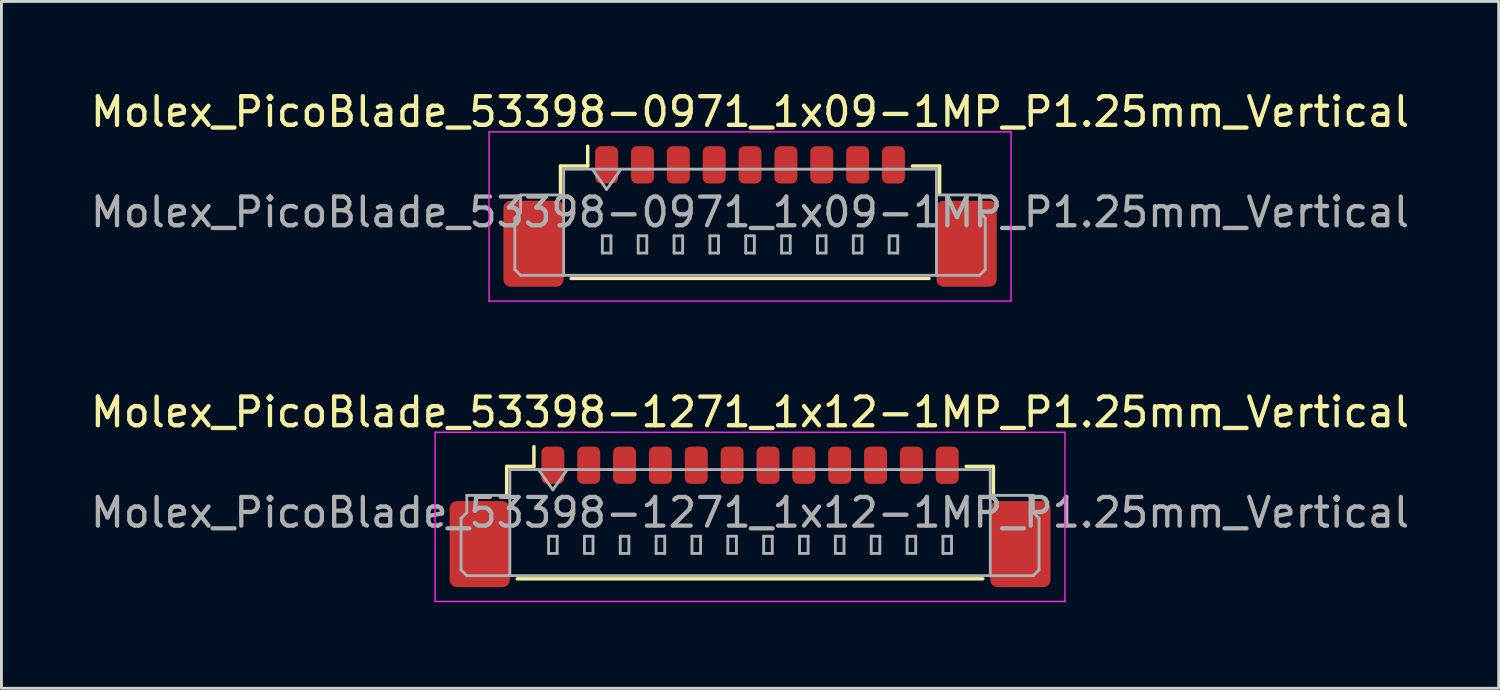
<source format=kicad_pcb>
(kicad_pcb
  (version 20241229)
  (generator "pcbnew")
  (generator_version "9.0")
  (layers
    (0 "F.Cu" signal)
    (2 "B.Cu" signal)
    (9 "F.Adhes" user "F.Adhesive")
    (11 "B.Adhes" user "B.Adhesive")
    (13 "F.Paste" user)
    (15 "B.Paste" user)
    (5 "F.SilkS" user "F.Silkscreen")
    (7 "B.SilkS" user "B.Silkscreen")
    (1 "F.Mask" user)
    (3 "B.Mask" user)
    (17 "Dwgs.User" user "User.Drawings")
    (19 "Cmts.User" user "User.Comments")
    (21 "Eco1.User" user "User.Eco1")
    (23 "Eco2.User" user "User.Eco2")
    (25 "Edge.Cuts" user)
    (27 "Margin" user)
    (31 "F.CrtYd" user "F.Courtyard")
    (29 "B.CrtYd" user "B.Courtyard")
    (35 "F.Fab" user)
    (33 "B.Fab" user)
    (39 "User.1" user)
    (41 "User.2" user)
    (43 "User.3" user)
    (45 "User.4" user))
  (footprint "Molex_PicoBlade_53398-0971_1x09-1MP_P1.25mm_Vertical"
    (layer "F.Cu")
    (at 23.101 3.948)
    (property "Reference" "Molex_PicoBlade_53398-0971_1x09-1MP_P1.25mm_Vertical" (at 0 -3.1 0) (layer "F.SilkS") (effects (font (size 1 1) (thickness 0.15))))
    (attr smd)
    (fp_line (start -6.61 -1.21) (end -5.66 -1.21) (stroke (width 0.12) (type solid)) (layer "F.SilkS"))
    (fp_line (start -6.61 -0.26) (end -6.61 -1.21) (stroke (width 0.12) (type solid)) (layer "F.SilkS"))
    (fp_line (start -6.24 2.71) (end 6.24 2.71) (stroke (width 0.12) (type solid)) (layer "F.SilkS"))
    (fp_line (start -5.66 -1.21) (end -5.66 -1.9) (stroke (width 0.12) (type solid)) (layer "F.SilkS"))
    (fp_line (start 6.61 -1.21) (end 5.66 -1.21) (stroke (width 0.12) (type solid)) (layer "F.SilkS"))
    (fp_line (start 6.61 -0.26) (end 6.61 -1.21) (stroke (width 0.12) (type solid)) (layer "F.SilkS"))
    (fp_line (start -9.1 -2.4) (end -9.1 3.5) (stroke (width 0.05) (type solid)) (layer "F.CrtYd"))
    (fp_line (start -9.1 3.5) (end 9.1 3.5) (stroke (width 0.05) (type solid)) (layer "F.CrtYd"))
    (fp_line (start 9.1 -2.4) (end -9.1 -2.4) (stroke (width 0.05) (type solid)) (layer "F.CrtYd"))
    (fp_line (start 9.1 3.5) (end 9.1 -2.4) (stroke (width 0.05) (type solid)) (layer "F.CrtYd"))
    (fp_line (start -8.2 0.6) (end -8 0.4) (stroke (width 0.1) (type solid)) (layer "F.Fab"))
    (fp_line (start -8.2 2.4) (end -8.2 0.6) (stroke (width 0.1) (type solid)) (layer "F.Fab"))
    (fp_line (start -8 -0.2) (end -6.5 -0.2) (stroke (width 0.1) (type solid)) (layer "F.Fab"))
    (fp_line (start -8 0.4) (end -8 -0.2) (stroke (width 0.1) (type solid)) (layer "F.Fab"))
    (fp_line (start -8 2.6) (end -8.2 2.4) (stroke (width 0.1) (type solid)) (layer "F.Fab"))
    (fp_line (start -6.5 -1.1) (end -6.5 2.6) (stroke (width 0.1) (type solid)) (layer "F.Fab"))
    (fp_line (start -6.5 -1.1) (end 6.5 -1.1) (stroke (width 0.1) (type solid)) (layer "F.Fab"))
    (fp_line (start -6.5 2.6) (end -8 2.6) (stroke (width 0.1) (type solid)) (layer "F.Fab"))
    (fp_line (start -6.5 2.6) (end 6.5 2.6) (stroke (width 0.1) (type solid)) (layer "F.Fab"))
    (fp_line (start -5.5 -1.1) (end -5 -0.393) (stroke (width 0.1) (type solid)) (layer "F.Fab"))
    (fp_line (start -5.15 1.225) (end -5.15 1.825) (stroke (width 0.1) (type solid)) (layer "F.Fab"))
    (fp_line (start -5.15 1.825) (end -4.85 1.825) (stroke (width 0.1) (type solid)) (layer "F.Fab"))
    (fp_line (start -5 -0.393) (end -4.5 -1.1) (stroke (width 0.1) (type solid)) (layer "F.Fab"))
    (fp_line (start -4.85 1.225) (end -5.15 1.225) (stroke (width 0.1) (type solid)) (layer "F.Fab"))
    (fp_line (start -4.85 1.825) (end -4.85 1.225) (stroke (width 0.1) (type solid)) (layer "F.Fab"))
    (fp_line (start -3.9 1.225) (end -3.9 1.825) (stroke (width 0.1) (type solid)) (layer "F.Fab"))
    (fp_line (start -3.9 1.825) (end -3.6 1.825) (stroke (width 0.1) (type solid)) (layer "F.Fab"))
    (fp_line (start -3.6 1.225) (end -3.9 1.225) (stroke (width 0.1) (type solid)) (layer "F.Fab"))
    (fp_line (start -3.6 1.825) (end -3.6 1.225) (stroke (width 0.1) (type solid)) (layer "F.Fab"))
    (fp_line (start -2.65 1.225) (end -2.65 1.825) (stroke (width 0.1) (type solid)) (layer "F.Fab"))
    (fp_line (start -2.65 1.825) (end -2.35 1.825) (stroke (width 0.1) (type solid)) (layer "F.Fab"))
    (fp_line (start -2.35 1.225) (end -2.65 1.225) (stroke (width 0.1) (type solid)) (layer "F.Fab"))
    (fp_line (start -2.35 1.825) (end -2.35 1.225) (stroke (width 0.1) (type solid)) (layer "F.Fab"))
    (fp_line (start -1.4 1.225) (end -1.4 1.825) (stroke (width 0.1) (type solid)) (layer "F.Fab"))
    (fp_line (start -1.4 1.825) (end -1.1 1.825) (stroke (width 0.1) (type solid)) (layer "F.Fab"))
    (fp_line (start -1.1 1.225) (end -1.4 1.225) (stroke (width 0.1) (type solid)) (layer "F.Fab"))
    (fp_line (start -1.1 1.825) (end -1.1 1.225) (stroke (width 0.1) (type solid)) (layer "F.Fab"))
    (fp_line (start -0.15 1.225) (end -0.15 1.825) (stroke (width 0.1) (type solid)) (layer "F.Fab"))
    (fp_line (start -0.15 1.825) (end 0.15 1.825) (stroke (width 0.1) (type solid)) (layer "F.Fab"))
    (fp_line (start 0.15 1.225) (end -0.15 1.225) (stroke (width 0.1) (type solid)) (layer "F.Fab"))
    (fp_line (start 0.15 1.825) (end 0.15 1.225) (stroke (width 0.1) (type solid)) (layer "F.Fab"))
    (fp_line (start 1.1 1.225) (end 1.1 1.825) (stroke (width 0.1) (type solid)) (layer "F.Fab"))
    (fp_line (start 1.1 1.825) (end 1.4 1.825) (stroke (width 0.1) (type solid)) (layer "F.Fab"))
    (fp_line (start 1.4 1.225) (end 1.1 1.225) (stroke (width 0.1) (type solid)) (layer "F.Fab"))
    (fp_line (start 1.4 1.825) (end 1.4 1.225) (stroke (width 0.1) (type solid)) (layer "F.Fab"))
    (fp_line (start 2.35 1.225) (end 2.35 1.825) (stroke (width 0.1) (type solid)) (layer "F.Fab"))
    (fp_line (start 2.35 1.825) (end 2.65 1.825) (stroke (width 0.1) (type solid)) (layer "F.Fab"))
    (fp_line (start 2.65 1.225) (end 2.35 1.225) (stroke (width 0.1) (type solid)) (layer "F.Fab"))
    (fp_line (start 2.65 1.825) (end 2.65 1.225) (stroke (width 0.1) (type solid)) (layer "F.Fab"))
    (fp_line (start 3.6 1.225) (end 3.6 1.825) (stroke (width 0.1) (type solid)) (layer "F.Fab"))
    (fp_line (start 3.6 1.825) (end 3.9 1.825) (stroke (width 0.1) (type solid)) (layer "F.Fab"))
    (fp_line (start 3.9 1.225) (end 3.6 1.225) (stroke (width 0.1) (type solid)) (layer "F.Fab"))
    (fp_line (start 3.9 1.825) (end 3.9 1.225) (stroke (width 0.1) (type solid)) (layer "F.Fab"))
    (fp_line (start 4.85 1.225) (end 4.85 1.825) (stroke (width 0.1) (type solid)) (layer "F.Fab"))
    (fp_line (start 4.85 1.825) (end 5.15 1.825) (stroke (width 0.1) (type solid)) (layer "F.Fab"))
    (fp_line (start 5.15 1.225) (end 4.85 1.225) (stroke (width 0.1) (type solid)) (layer "F.Fab"))
    (fp_line (start 5.15 1.825) (end 5.15 1.225) (stroke (width 0.1) (type solid)) (layer "F.Fab"))
    (fp_line (start 6.5 -1.1) (end 6.5 2.6) (stroke (width 0.1) (type solid)) (layer "F.Fab"))
    (fp_line (start 6.5 2.6) (end 8 2.6) (stroke (width 0.1) (type solid)) (layer "F.Fab"))
    (fp_line (start 8 -0.2) (end 6.5 -0.2) (stroke (width 0.1) (type solid)) (layer "F.Fab"))
    (fp_line (start 8 0.4) (end 8 -0.2) (stroke (width 0.1) (type solid)) (layer "F.Fab"))
    (fp_line (start 8 2.6) (end 8.2 2.4) (stroke (width 0.1) (type solid)) (layer "F.Fab"))
    (fp_line (start 8.2 0.6) (end 8 0.4) (stroke (width 0.1) (type solid)) (layer "F.Fab"))
    (fp_line (start 8.2 2.4) (end 8.2 0.6) (stroke (width 0.1) (type solid)) (layer "F.Fab"))
    (fp_text user "${REFERENCE}" (at 0 0.4 0) (layer "F.Fab") (effects (font (size 1 1) (thickness 0.15))))
    (pad "1" smd roundrect (at -5 -1.25) (size 0.8 1.3) (layers "F.Cu" "F.Mask" "F.Paste") (roundrect_rratio 0.25))
    (pad "2" smd roundrect (at -3.75 -1.25) (size 0.8 1.3) (layers "F.Cu" "F.Mask" "F.Paste") (roundrect_rratio 0.25))
    (pad "3" smd roundrect (at -2.5 -1.25) (size 0.8 1.3) (layers "F.Cu" "F.Mask" "F.Paste") (roundrect_rratio 0.25))
    (pad "4" smd roundrect (at -1.25 -1.25) (size 0.8 1.3) (layers "F.Cu" "F.Mask" "F.Paste") (roundrect_rratio 0.25))
    (pad "5" smd roundrect (at 0 -1.25) (size 0.8 1.3) (layers "F.Cu" "F.Mask" "F.Paste") (roundrect_rratio 0.25))
    (pad "6" smd roundrect (at 1.25 -1.25) (size 0.8 1.3) (layers "F.Cu" "F.Mask" "F.Paste") (roundrect_rratio 0.25))
    (pad "7" smd roundrect (at 2.5 -1.25) (size 0.8 1.3) (layers "F.Cu" "F.Mask" "F.Paste") (roundrect_rratio 0.25))
    (pad "8" smd roundrect (at 3.75 -1.25) (size 0.8 1.3) (layers "F.Cu" "F.Mask" "F.Paste") (roundrect_rratio 0.25))
    (pad "9" smd roundrect (at 5 -1.25) (size 0.8 1.3) (layers "F.Cu" "F.Mask" "F.Paste") (roundrect_rratio 0.25))
    (pad "MP" smd roundrect (at -7.55 1.5) (size 2.1 3) (layers "F.Cu" "F.Mask" "F.Paste") (roundrect_rratio 0.119))
    (pad "MP" smd roundrect (at 7.55 1.5) (size 2.1 3) (layers "F.Cu" "F.Mask" "F.Paste") (roundrect_rratio 0.119)))
  (footprint "Molex_PicoBlade_53398-1271_1x12-1MP_P1.25mm_Vertical"
    (layer "F.Cu")
    (at 23.101 14.421)
    (property "Reference" "Molex_PicoBlade_53398-1271_1x12-1MP_P1.25mm_Vertical" (at 0 -3.1 0) (layer "F.SilkS") (effects (font (size 1 1) (thickness 0.15))))
    (attr smd)
    (fp_line (start -8.485 -1.21) (end -7.535 -1.21) (stroke (width 0.12) (type solid)) (layer "F.SilkS"))
    (fp_line (start -8.485 -0.26) (end -8.485 -1.21) (stroke (width 0.12) (type solid)) (layer "F.SilkS"))
    (fp_line (start -8.115 2.71) (end 8.115 2.71) (stroke (width 0.12) (type solid)) (layer "F.SilkS"))
    (fp_line (start -7.535 -1.21) (end -7.535 -1.9) (stroke (width 0.12) (type solid)) (layer "F.SilkS"))
    (fp_line (start 8.485 -1.21) (end 7.535 -1.21) (stroke (width 0.12) (type solid)) (layer "F.SilkS"))
    (fp_line (start 8.485 -0.26) (end 8.485 -1.21) (stroke (width 0.12) (type solid)) (layer "F.SilkS"))
    (fp_line (start -10.98 -2.4) (end -10.98 3.5) (stroke (width 0.05) (type solid)) (layer "F.CrtYd"))
    (fp_line (start -10.98 3.5) (end 10.98 3.5) (stroke (width 0.05) (type solid)) (layer "F.CrtYd"))
    (fp_line (start 10.98 -2.4) (end -10.98 -2.4) (stroke (width 0.05) (type solid)) (layer "F.CrtYd"))
    (fp_line (start 10.98 3.5) (end 10.98 -2.4) (stroke (width 0.05) (type solid)) (layer "F.CrtYd"))
    (fp_line (start -10.075 0.6) (end -9.875 0.4) (stroke (width 0.1) (type solid)) (layer "F.Fab"))
    (fp_line (start -10.075 2.4) (end -10.075 0.6) (stroke (width 0.1) (type solid)) (layer "F.Fab"))
    (fp_line (start -9.875 -0.2) (end -8.375 -0.2) (stroke (width 0.1) (type solid)) (layer "F.Fab"))
    (fp_line (start -9.875 0.4) (end -9.875 -0.2) (stroke (width 0.1) (type solid)) (layer "F.Fab"))
    (fp_line (start -9.875 2.6) (end -10.075 2.4) (stroke (width 0.1) (type solid)) (layer "F.Fab"))
    (fp_line (start -8.375 -1.1) (end -8.375 2.6) (stroke (width 0.1) (type solid)) (layer "F.Fab"))
    (fp_line (start -8.375 -1.1) (end 8.375 -1.1) (stroke (width 0.1) (type solid)) (layer "F.Fab"))
    (fp_line (start -8.375 2.6) (end -9.875 2.6) (stroke (width 0.1) (type solid)) (layer "F.Fab"))
    (fp_line (start -8.375 2.6) (end 8.375 2.6) (stroke (width 0.1) (type solid)) (layer "F.Fab"))
    (fp_line (start -7.375 -1.1) (end -6.875 -0.393) (stroke (width 0.1) (type solid)) (layer "F.Fab"))
    (fp_line (start -7.025 1.225) (end -7.025 1.825) (stroke (width 0.1) (type solid)) (layer "F.Fab"))
    (fp_line (start -7.025 1.825) (end -6.725 1.825) (stroke (width 0.1) (type solid)) (layer "F.Fab"))
    (fp_line (start -6.875 -0.393) (end -6.375 -1.1) (stroke (width 0.1) (type solid)) (layer "F.Fab"))
    (fp_line (start -6.725 1.225) (end -7.025 1.225) (stroke (width 0.1) (type solid)) (layer "F.Fab"))
    (fp_line (start -6.725 1.825) (end -6.725 1.225) (stroke (width 0.1) (type solid)) (layer "F.Fab"))
    (fp_line (start -5.775 1.225) (end -5.775 1.825) (stroke (width 0.1) (type solid)) (layer "F.Fab"))
    (fp_line (start -5.775 1.825) (end -5.475 1.825) (stroke (width 0.1) (type solid)) (layer "F.Fab"))
    (fp_line (start -5.475 1.225) (end -5.775 1.225) (stroke (width 0.1) (type solid)) (layer "F.Fab"))
    (fp_line (start -5.475 1.825) (end -5.475 1.225) (stroke (width 0.1) (type solid)) (layer "F.Fab"))
    (fp_line (start -4.525 1.225) (end -4.525 1.825) (stroke (width 0.1) (type solid)) (layer "F.Fab"))
    (fp_line (start -4.525 1.825) (end -4.225 1.825) (stroke (width 0.1) (type solid)) (layer "F.Fab"))
    (fp_line (start -4.225 1.225) (end -4.525 1.225) (stroke (width 0.1) (type solid)) (layer "F.Fab"))
    (fp_line (start -4.225 1.825) (end -4.225 1.225) (stroke (width 0.1) (type solid)) (layer "F.Fab"))
    (fp_line (start -3.275 1.225) (end -3.275 1.825) (stroke (width 0.1) (type solid)) (layer "F.Fab"))
    (fp_line (start -3.275 1.825) (end -2.975 1.825) (stroke (width 0.1) (type solid)) (layer "F.Fab"))
    (fp_line (start -2.975 1.225) (end -3.275 1.225) (stroke (width 0.1) (type solid)) (layer "F.Fab"))
    (fp_line (start -2.975 1.825) (end -2.975 1.225) (stroke (width 0.1) (type solid)) (layer "F.Fab"))
    (fp_line (start -2.025 1.225) (end -2.025 1.825) (stroke (width 0.1) (type solid)) (layer "F.Fab"))
    (fp_line (start -2.025 1.825) (end -1.725 1.825) (stroke (width 0.1) (type solid)) (layer "F.Fab"))
    (fp_line (start -1.725 1.225) (end -2.025 1.225) (stroke (width 0.1) (type solid)) (layer "F.Fab"))
    (fp_line (start -1.725 1.825) (end -1.725 1.225) (stroke (width 0.1) (type solid)) (layer "F.Fab"))
    (fp_line (start -0.775 1.225) (end -0.775 1.825) (stroke (width 0.1) (type solid)) (layer "F.Fab"))
    (fp_line (start -0.775 1.825) (end -0.475 1.825) (stroke (width 0.1) (type solid)) (layer "F.Fab"))
    (fp_line (start -0.475 1.225) (end -0.775 1.225) (stroke (width 0.1) (type solid)) (layer "F.Fab"))
    (fp_line (start -0.475 1.825) (end -0.475 1.225) (stroke (width 0.1) (type solid)) (layer "F.Fab"))
    (fp_line (start 0.475 1.225) (end 0.475 1.825) (stroke (width 0.1) (type solid)) (layer "F.Fab"))
    (fp_line (start 0.475 1.825) (end 0.775 1.825) (stroke (width 0.1) (type solid)) (layer "F.Fab"))
    (fp_line (start 0.775 1.225) (end 0.475 1.225) (stroke (width 0.1) (type solid)) (layer "F.Fab"))
    (fp_line (start 0.775 1.825) (end 0.775 1.225) (stroke (width 0.1) (type solid)) (layer "F.Fab"))
    (fp_line (start 1.725 1.225) (end 1.725 1.825) (stroke (width 0.1) (type solid)) (layer "F.Fab"))
    (fp_line (start 1.725 1.825) (end 2.025 1.825) (stroke (width 0.1) (type solid)) (layer "F.Fab"))
    (fp_line (start 2.025 1.225) (end 1.725 1.225) (stroke (width 0.1) (type solid)) (layer "F.Fab"))
    (fp_line (start 2.025 1.825) (end 2.025 1.225) (stroke (width 0.1) (type solid)) (layer "F.Fab"))
    (fp_line (start 2.975 1.225) (end 2.975 1.825) (stroke (width 0.1) (type solid)) (layer "F.Fab"))
    (fp_line (start 2.975 1.825) (end 3.275 1.825) (stroke (width 0.1) (type solid)) (layer "F.Fab"))
    (fp_line (start 3.275 1.225) (end 2.975 1.225) (stroke (width 0.1) (type solid)) (layer "F.Fab"))
    (fp_line (start 3.275 1.825) (end 3.275 1.225) (stroke (width 0.1) (type solid)) (layer "F.Fab"))
    (fp_line (start 4.225 1.225) (end 4.225 1.825) (stroke (width 0.1) (type solid)) (layer "F.Fab"))
    (fp_line (start 4.225 1.825) (end 4.525 1.825) (stroke (width 0.1) (type solid)) (layer "F.Fab"))
    (fp_line (start 4.525 1.225) (end 4.225 1.225) (stroke (width 0.1) (type solid)) (layer "F.Fab"))
    (fp_line (start 4.525 1.825) (end 4.525 1.225) (stroke (width 0.1) (type solid)) (layer "F.Fab"))
    (fp_line (start 5.475 1.225) (end 5.475 1.825) (stroke (width 0.1) (type solid)) (layer "F.Fab"))
    (fp_line (start 5.475 1.825) (end 5.775 1.825) (stroke (width 0.1) (type solid)) (layer "F.Fab"))
    (fp_line (start 5.775 1.225) (end 5.475 1.225) (stroke (width 0.1) (type solid)) (layer "F.Fab"))
    (fp_line (start 5.775 1.825) (end 5.775 1.225) (stroke (width 0.1) (type solid)) (layer "F.Fab"))
    (fp_line (start 6.725 1.225) (end 6.725 1.825) (stroke (width 0.1) (type solid)) (layer "F.Fab"))
    (fp_line (start 6.725 1.825) (end 7.025 1.825) (stroke (width 0.1) (type solid)) (layer "F.Fab"))
    (fp_line (start 7.025 1.225) (end 6.725 1.225) (stroke (width 0.1) (type solid)) (layer "F.Fab"))
    (fp_line (start 7.025 1.825) (end 7.025 1.225) (stroke (width 0.1) (type solid)) (layer "F.Fab"))
    (fp_line (start 8.375 -1.1) (end 8.375 2.6) (stroke (width 0.1) (type solid)) (layer "F.Fab"))
    (fp_line (start 8.375 2.6) (end 9.875 2.6) (stroke (width 0.1) (type solid)) (layer "F.Fab"))
    (fp_line (start 9.875 -0.2) (end 8.375 -0.2) (stroke (width 0.1) (type solid)) (layer "F.Fab"))
    (fp_line (start 9.875 0.4) (end 9.875 -0.2) (stroke (width 0.1) (type solid)) (layer "F.Fab"))
    (fp_line (start 9.875 2.6) (end 10.075 2.4) (stroke (width 0.1) (type solid)) (layer "F.Fab"))
    (fp_line (start 10.075 0.6) (end 9.875 0.4) (stroke (width 0.1) (type solid)) (layer "F.Fab"))
    (fp_line (start 10.075 2.4) (end 10.075 0.6) (stroke (width 0.1) (type solid)) (layer "F.Fab"))
    (fp_text user "${REFERENCE}" (at 0 0.4 0) (layer "F.Fab") (effects (font (size 1 1) (thickness 0.15))))
    (pad "1" smd roundrect (at -6.875 -1.25) (size 0.8 1.3) (layers "F.Cu" "F.Mask" "F.Paste") (roundrect_rratio 0.25))
    (pad "2" smd roundrect (at -5.625 -1.25) (size 0.8 1.3) (layers "F.Cu" "F.Mask" "F.Paste") (roundrect_rratio 0.25))
    (pad "3" smd roundrect (at -4.375 -1.25) (size 0.8 1.3) (layers "F.Cu" "F.Mask" "F.Paste") (roundrect_rratio 0.25))
    (pad "4" smd roundrect (at -3.125 -1.25) (size 0.8 1.3) (layers "F.Cu" "F.Mask" "F.Paste") (roundrect_rratio 0.25))
    (pad "5" smd roundrect (at -1.875 -1.25) (size 0.8 1.3) (layers "F.Cu" "F.Mask" "F.Paste") (roundrect_rratio 0.25))
    (pad "6" smd roundrect (at -0.625 -1.25) (size 0.8 1.3) (layers "F.Cu" "F.Mask" "F.Paste") (roundrect_rratio 0.25))
    (pad "7" smd roundrect (at 0.625 -1.25) (size 0.8 1.3) (layers "F.Cu" "F.Mask" "F.Paste") (roundrect_rratio 0.25))
    (pad "8" smd roundrect (at 1.875 -1.25) (size 0.8 1.3) (layers "F.Cu" "F.Mask" "F.Paste") (roundrect_rratio 0.25))
    (pad "9" smd roundrect (at 3.125 -1.25) (size 0.8 1.3) (layers "F.Cu" "F.Mask" "F.Paste") (roundrect_rratio 0.25))
    (pad "10" smd roundrect (at 4.375 -1.25) (size 0.8 1.3) (layers "F.Cu" "F.Mask" "F.Paste") (roundrect_rratio 0.25))
    (pad "11" smd roundrect (at 5.625 -1.25) (size 0.8 1.3) (layers "F.Cu" "F.Mask" "F.Paste") (roundrect_rratio 0.25))
    (pad "12" smd roundrect (at 6.875 -1.25) (size 0.8 1.3) (layers "F.Cu" "F.Mask" "F.Paste") (roundrect_rratio 0.25))
    (pad "MP" smd roundrect (at -9.425 1.5) (size 2.1 3) (layers "F.Cu" "F.Mask" "F.Paste") (roundrect_rratio 0.119))
    (pad "MP" smd roundrect (at 9.425 1.5) (size 2.1 3) (layers "F.Cu" "F.Mask" "F.Paste") (roundrect_rratio 0.119)))
  (gr_rect
    (start -3 -3)
    (end 49.202 20.947)
    (stroke (width 0.1) (type default))
    (fill no)
    (layer "Edge.Cuts")))
</source>
